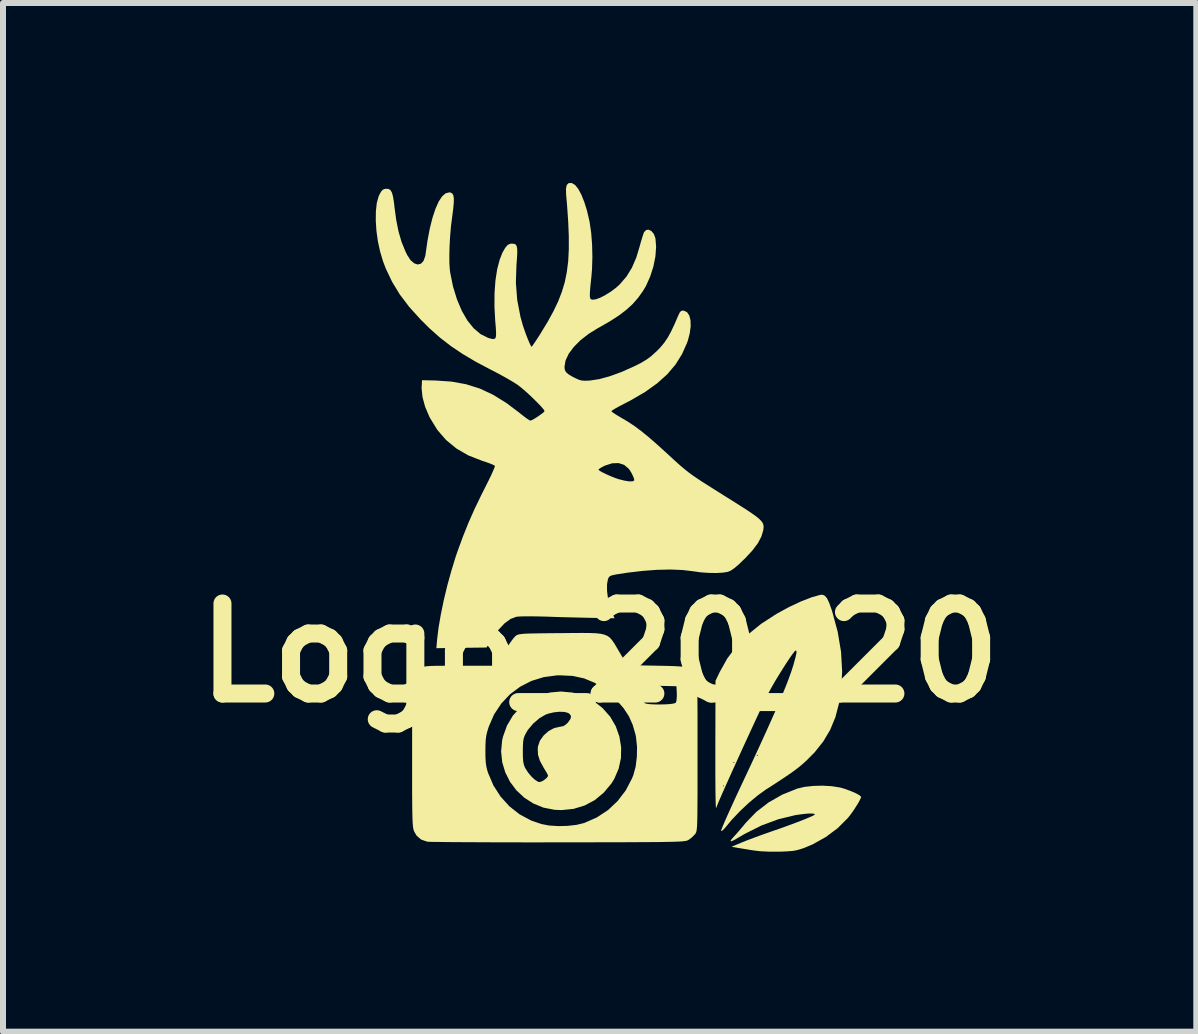
<source format=kicad_pcb>
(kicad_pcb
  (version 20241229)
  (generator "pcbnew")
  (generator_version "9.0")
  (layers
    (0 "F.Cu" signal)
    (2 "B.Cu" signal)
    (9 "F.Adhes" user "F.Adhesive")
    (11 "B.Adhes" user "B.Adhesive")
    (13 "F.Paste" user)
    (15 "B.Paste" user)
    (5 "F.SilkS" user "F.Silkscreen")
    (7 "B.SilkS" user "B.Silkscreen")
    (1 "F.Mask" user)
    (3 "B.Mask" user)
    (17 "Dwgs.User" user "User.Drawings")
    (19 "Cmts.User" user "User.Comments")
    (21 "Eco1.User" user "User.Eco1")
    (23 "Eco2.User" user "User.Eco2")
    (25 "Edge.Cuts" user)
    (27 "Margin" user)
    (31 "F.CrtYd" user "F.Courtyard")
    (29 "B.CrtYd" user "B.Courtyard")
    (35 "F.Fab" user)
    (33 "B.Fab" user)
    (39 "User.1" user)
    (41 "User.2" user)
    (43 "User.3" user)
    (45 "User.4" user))
  (footprint "Logo_20_20"
    (layer "F.Cu")
    (at 6.943 7.829)
    (property "Reference" "Logo_20_20" (at 0 0 0) (layer "F.SilkS") (effects (font (size 1.5 1.5) (thickness 0.3))))
    (attr board_only exclude_from_pos_files exclude_from_bom)
    (fp_poly (pts (xy 3.871 2.223) (xy 4.008 2.245) (xy 4.072 2.263) (xy 4.175 2.3) (xy 4.259 2.336) (xy 4.321 2.368) (xy 4.353 2.394) (xy 4.357 2.403) (xy 4.346 2.434) (xy 4.318 2.488) (xy 4.277 2.555) (xy 4.23 2.628) (xy 4.181 2.696) (xy 4.139 2.75) (xy 3.968 2.921) (xy 3.77 3.069) (xy 3.554 3.19) (xy 3.412 3.25) (xy 3.341 3.274) (xy 3.278 3.291) (xy 3.212 3.302) (xy 3.134 3.308) (xy 3.03 3.313) (xy 2.989 3.314) (xy 2.829 3.314) (xy 2.682 3.307) (xy 2.561 3.293) (xy 2.56 3.293) (xy 2.468 3.278) (xy 2.378 3.263) (xy 2.305 3.251) (xy 2.296 3.249) (xy 2.198 3.232) (xy 2.372 3.159) (xy 2.454 3.126) (xy 2.561 3.086) (xy 2.682 3.041) (xy 2.804 2.998) (xy 2.855 2.98) (xy 3.014 2.925) (xy 3.162 2.871) (xy 3.294 2.822) (xy 3.407 2.778) (xy 3.496 2.741) (xy 3.557 2.714) (xy 3.585 2.696) (xy 3.586 2.695) (xy 3.578 2.683) (xy 3.537 2.678) (xy 3.469 2.679) (xy 3.382 2.688) (xy 3.28 2.702) (xy 3.257 2.706) (xy 2.979 2.773) (xy 2.698 2.877) (xy 2.417 3.018) (xy 2.328 3.07) (xy 2.249 3.116) (xy 2.2 3.139) (xy 2.181 3.139) (xy 2.192 3.115) (xy 2.229 3.072) (xy 2.271 3.026) (xy 2.329 2.96) (xy 2.394 2.883) (xy 2.437 2.831) (xy 2.612 2.65) (xy 2.816 2.493) (xy 3.044 2.363) (xy 3.292 2.263) (xy 3.415 2.234) (xy 3.562 2.218) (xy 3.718 2.214)) (stroke (width 0) (type solid)) (fill yes) (layer "F.SilkS"))
    (fp_poly (pts (xy -0.448 0.663) (xy -0.267 0.715) (xy -0.099 0.804) (xy 0.051 0.923) (xy 0.175 1.064) (xy 0.268 1.223) (xy 0.329 1.395) (xy 0.358 1.573) (xy 0.355 1.754) (xy 0.317 1.93) (xy 0.245 2.098) (xy 0.199 2.174) (xy 0.069 2.33) (xy -0.082 2.455) (xy -0.251 2.545) (xy -0.436 2.601) (xy -0.635 2.621) (xy -0.752 2.616) (xy -0.936 2.58) (xy -1.105 2.511) (xy -1.256 2.414) (xy -1.386 2.293) (xy -1.493 2.151) (xy -1.573 1.992) (xy -1.624 1.822) (xy -1.642 1.643) (xy -1.642 1.641) (xy -1.28 1.641) (xy -1.279 1.74) (xy -1.274 1.809) (xy -1.264 1.861) (xy -1.248 1.905) (xy -1.236 1.928) (xy -1.19 1.999) (xy -1.133 2.066) (xy -1.075 2.119) (xy -1.023 2.15) (xy -1.009 2.154) (xy -0.971 2.146) (xy -0.925 2.12) (xy -0.883 2.086) (xy -0.861 2.054) (xy -0.86 2.047) (xy -0.869 2.024) (xy -0.895 1.977) (xy -0.932 1.917) (xy -0.936 1.909) (xy -0.996 1.799) (xy -1.027 1.7) (xy -1.032 1.601) (xy -1.027 1.556) (xy -0.995 1.463) (xy -0.933 1.377) (xy -0.851 1.304) (xy -0.756 1.253) (xy -0.66 1.232) (xy -0.652 1.231) (xy -0.6 1.22) (xy -0.55 1.184) (xy -0.528 1.161) (xy -0.485 1.1) (xy -0.477 1.054) (xy -0.502 1.017) (xy -0.528 1.001) (xy -0.587 0.985) (xy -0.67 0.982) (xy -0.763 0.992) (xy -0.854 1.013) (xy -0.903 1.031) (xy -1.008 1.093) (xy -1.109 1.181) (xy -1.194 1.282) (xy -1.228 1.338) (xy -1.252 1.387) (xy -1.267 1.432) (xy -1.275 1.485) (xy -1.279 1.557) (xy -1.28 1.641) (xy -1.642 1.641) (xy -1.625 1.46) (xy -1.612 1.401) (xy -1.545 1.214) (xy -1.447 1.048) (xy -1.322 0.908) (xy -1.175 0.794) (xy -1.007 0.711) (xy -0.824 0.661) (xy -0.645 0.645)) (stroke (width 0) (type solid)) (fill yes) (layer "F.SilkS"))
    (fp_poly (pts (xy 3.755 -0.949) (xy 3.789 -0.908) (xy 3.823 -0.838) (xy 3.86 -0.735) (xy 3.875 -0.69) (xy 3.967 -0.35) (xy 4.023 -0.015) (xy 4.041 0.312) (xy 4.028 0.577) (xy 3.99 0.838) (xy 3.929 1.072) (xy 3.842 1.283) (xy 3.727 1.477) (xy 3.581 1.66) (xy 3.448 1.794) (xy 3.392 1.845) (xy 3.334 1.894) (xy 3.27 1.944) (xy 3.195 1.999) (xy 3.103 2.062) (xy 2.99 2.137) (xy 2.852 2.227) (xy 2.774 2.276) (xy 2.635 2.376) (xy 2.487 2.499) (xy 2.34 2.637) (xy 2.205 2.779) (xy 2.115 2.887) (xy 2.073 2.936) (xy 2.04 2.966) (xy 2.023 2.97) (xy 2.022 2.97) (xy 2.028 2.949) (xy 2.049 2.896) (xy 2.083 2.815) (xy 2.129 2.71) (xy 2.186 2.585) (xy 2.251 2.442) (xy 2.323 2.287) (xy 2.376 2.174) (xy 2.524 1.859) (xy 2.593 1.71) (xy 2.618 1.71) (xy 2.628 1.719) (xy 2.638 1.71) (xy 2.628 1.7) (xy 2.618 1.71) (xy 2.593 1.71) (xy 2.655 1.576) (xy 2.77 1.324) (xy 2.871 1.099) (xy 2.959 0.901) (xy 3.033 0.726) (xy 3.097 0.571) (xy 3.149 0.436) (xy 3.192 0.317) (xy 3.226 0.212) (xy 3.243 0.152) (xy 3.267 0.063) (xy 3.279 0.006) (xy 3.28 -0.026) (xy 3.272 -0.038) (xy 3.267 -0.039) (xy 3.248 -0.023) (xy 3.214 0.021) (xy 3.167 0.088) (xy 3.111 0.172) (xy 3.05 0.268) (xy 2.987 0.369) (xy 2.925 0.471) (xy 2.869 0.568) (xy 2.822 0.654) (xy 2.817 0.664) (xy 2.787 0.723) (xy 2.746 0.808) (xy 2.695 0.916) (xy 2.636 1.042) (xy 2.57 1.184) (xy 2.5 1.336) (xy 2.427 1.494) (xy 2.353 1.656) (xy 2.281 1.815) (xy 2.211 1.969) (xy 2.146 2.114) (xy 2.087 2.245) (xy 2.037 2.358) (xy 1.997 2.45) (xy 1.969 2.516) (xy 1.955 2.552) (xy 1.954 2.557) (xy 1.942 2.584) (xy 1.939 2.586) (xy 1.937 2.569) (xy 1.934 2.516) (xy 1.932 2.431) (xy 1.93 2.318) (xy 1.929 2.218) (xy 2.052 2.218) (xy 2.061 2.227) (xy 2.071 2.218) (xy 2.061 2.208) (xy 2.052 2.218) (xy 1.929 2.218) (xy 1.929 2.179) (xy 1.928 2.019) (xy 1.928 1.841) (xy 1.928 1.827) (xy 2.227 1.827) (xy 2.237 1.837) (xy 2.247 1.827) (xy 2.237 1.817) (xy 2.227 1.827) (xy 1.928 1.827) (xy 1.928 1.648) (xy 1.928 1.531) (xy 1.931 0.466) (xy 2.001 0.32) (xy 2.126 0.096) (xy 2.281 -0.111) (xy 2.469 -0.303) (xy 2.69 -0.482) (xy 2.946 -0.648) (xy 3.158 -0.764) (xy 3.357 -0.857) (xy 3.538 -0.927) (xy 3.678 -0.966) (xy 3.719 -0.967)) (stroke (width 0) (type solid)) (fill yes) (layer "F.SilkS"))
    (fp_poly (pts (xy -0.167 -0.33) (xy -0.063 -0.326) (xy 0.019 -0.317) (xy 0.082 -0.302) (xy 0.133 -0.28) (xy 0.174 -0.249) (xy 0.209 -0.208) (xy 0.245 -0.156) (xy 0.283 -0.092) (xy 0.323 -0.023) (xy 0.459 0.205) (xy 0.958 0.215) (xy 1.121 0.218) (xy 1.25 0.222) (xy 1.349 0.228) (xy 1.424 0.236) (xy 1.479 0.247) (xy 1.519 0.263) (xy 1.549 0.284) (xy 1.573 0.312) (xy 1.597 0.346) (xy 1.604 0.359) (xy 1.61 0.376) (xy 1.615 0.4) (xy 1.619 0.435) (xy 1.622 0.483) (xy 1.625 0.547) (xy 1.627 0.629) (xy 1.629 0.734) (xy 1.63 0.863) (xy 1.631 1.02) (xy 1.631 1.207) (xy 1.631 1.427) (xy 1.631 1.683) (xy 1.631 1.938) (xy 1.631 2.157) (xy 1.631 2.343) (xy 1.63 2.499) (xy 1.629 2.627) (xy 1.628 2.73) (xy 1.626 2.812) (xy 1.624 2.875) (xy 1.62 2.923) (xy 1.616 2.957) (xy 1.611 2.981) (xy 1.605 2.998) (xy 1.598 3.011) (xy 1.59 3.022) (xy 1.544 3.07) (xy 1.488 3.114) (xy 1.483 3.116) (xy 1.472 3.123) (xy 1.459 3.128) (xy 1.442 3.133) (xy 1.419 3.137) (xy 1.387 3.141) (xy 1.345 3.144) (xy 1.29 3.147) (xy 1.219 3.149) (xy 1.131 3.151) (xy 1.024 3.153) (xy 0.895 3.154) (xy 0.741 3.155) (xy 0.561 3.156) (xy 0.353 3.157) (xy 0.113 3.157) (xy -0.159 3.158) (xy -0.467 3.158) (xy -0.694 3.158) (xy -0.979 3.159) (xy -1.254 3.159) (xy -1.517 3.158) (xy -1.764 3.158) (xy -1.993 3.157) (xy -2.202 3.156) (xy -2.388 3.155) (xy -2.547 3.154) (xy -2.679 3.152) (xy -2.779 3.151) (xy -2.845 3.149) (xy -2.875 3.147) (xy -2.875 3.147) (xy -2.975 3.112) (xy -3.049 3.049) (xy -3.088 2.983) (xy -3.096 2.965) (xy -3.102 2.944) (xy -3.108 2.917) (xy -3.112 2.881) (xy -3.116 2.834) (xy -3.119 2.771) (xy -3.121 2.691) (xy -3.123 2.589) (xy -3.124 2.464) (xy -3.125 2.311) (xy -3.125 2.128) (xy -3.125 1.912) (xy -3.125 1.68) (xy -3.125 1.631) (xy -1.904 1.631) (xy -1.903 1.743) (xy -1.898 1.827) (xy -1.888 1.896) (xy -1.872 1.962) (xy -1.859 2.003) (xy -1.77 2.211) (xy -1.65 2.397) (xy -1.504 2.558) (xy -1.334 2.692) (xy -1.143 2.794) (xy -0.973 2.853) (xy -0.842 2.878) (xy -0.691 2.888) (xy -0.534 2.884) (xy -0.385 2.867) (xy -0.259 2.836) (xy -0.254 2.835) (xy -0.048 2.744) (xy 0.138 2.622) (xy 0.299 2.471) (xy 0.434 2.294) (xy 0.539 2.094) (xy 0.562 2.037) (xy 0.6 1.897) (xy 0.62 1.735) (xy 0.623 1.567) (xy 0.606 1.406) (xy 0.597 1.36) (xy 0.551 1.2) (xy 0.487 1.057) (xy 0.399 0.923) (xy 0.281 0.787) (xy 0.246 0.751) (xy 0.216 0.725) (xy 0.723 0.725) (xy 0.729 0.787) (xy 0.742 0.83) (xy 0.746 0.836) (xy 0.777 0.848) (xy 0.837 0.856) (xy 0.916 0.86) (xy 1.005 0.861) (xy 1.094 0.859) (xy 1.174 0.854) (xy 1.235 0.845) (xy 1.267 0.833) (xy 1.269 0.832) (xy 1.281 0.795) (xy 1.286 0.73) (xy 1.286 0.681) (xy 1.28 0.557) (xy 1.028 0.551) (xy 0.901 0.551) (xy 0.812 0.554) (xy 0.761 0.563) (xy 0.75 0.568) (xy 0.734 0.601) (xy 0.725 0.658) (xy 0.723 0.725) (xy 0.216 0.725) (xy 0.082 0.607) (xy -0.084 0.499) (xy -0.26 0.426) (xy -0.45 0.385) (xy -0.66 0.375) (xy -0.713 0.376) (xy -0.931 0.405) (xy -1.136 0.468) (xy -1.325 0.565) (xy -1.494 0.691) (xy -1.639 0.845) (xy -1.758 1.025) (xy -1.846 1.226) (xy -1.85 1.237) (xy -1.874 1.315) (xy -1.89 1.384) (xy -1.899 1.457) (xy -1.903 1.547) (xy -1.904 1.631) (xy -3.125 1.631) (xy -3.125 1.431) (xy -3.125 1.218) (xy -3.125 1.037) (xy -3.124 0.887) (xy -3.123 0.763) (xy -3.121 0.664) (xy -3.119 0.585) (xy -3.116 0.523) (xy -3.112 0.477) (xy -3.107 0.442) (xy -3.102 0.416) (xy -3.095 0.395) (xy -3.088 0.377) (xy -3.046 0.31) (xy -2.992 0.259) (xy -2.986 0.254) (xy -2.965 0.243) (xy -2.943 0.235) (xy -2.912 0.228) (xy -2.871 0.223) (xy -2.812 0.219) (xy -2.733 0.217) (xy -2.629 0.216) (xy -2.495 0.215) (xy -2.326 0.215) (xy -2.322 0.215) (xy -1.723 0.215) (xy -1.589 -0.013) (xy -1.535 -0.101) (xy -1.483 -0.18) (xy -1.437 -0.242) (xy -1.404 -0.278) (xy -1.4 -0.281) (xy -1.385 -0.292) (xy -1.366 -0.301) (xy -1.341 -0.308) (xy -1.305 -0.313) (xy -1.255 -0.318) (xy -1.186 -0.321) (xy -1.093 -0.323) (xy -0.974 -0.325) (xy -0.823 -0.327) (xy -0.652 -0.328) (xy -0.457 -0.33) (xy -0.296 -0.331)) (stroke (width 0) (type solid)) (fill yes) (layer "F.SilkS"))
    (fp_poly (pts (xy -0.461 -7.827) (xy -0.409 -7.796) (xy -0.356 -7.73) (xy -0.304 -7.633) (xy -0.255 -7.51) (xy -0.21 -7.365) (xy -0.172 -7.202) (xy -0.166 -7.171) (xy -0.141 -6.999) (xy -0.126 -6.803) (xy -0.121 -6.598) (xy -0.127 -6.398) (xy -0.138 -6.262) (xy -0.152 -6.134) (xy -0.16 -6.039) (xy -0.164 -5.972) (xy -0.162 -5.929) (xy -0.155 -5.903) (xy -0.142 -5.89) (xy -0.122 -5.885) (xy -0.12 -5.884) (xy -0.064 -5.891) (xy 0.012 -5.919) (xy 0.1 -5.965) (xy 0.192 -6.023) (xy 0.279 -6.089) (xy 0.338 -6.143) (xy 0.448 -6.271) (xy 0.537 -6.416) (xy 0.61 -6.585) (xy 0.662 -6.756) (xy 0.687 -6.846) (xy 0.711 -6.926) (xy 0.73 -6.985) (xy 0.741 -7.011) (xy 0.776 -7.047) (xy 0.819 -7.051) (xy 0.864 -7.027) (xy 0.903 -6.98) (xy 0.928 -6.913) (xy 0.93 -6.906) (xy 0.941 -6.764) (xy 0.929 -6.604) (xy 0.895 -6.435) (xy 0.841 -6.268) (xy 0.772 -6.114) (xy 0.722 -6.03) (xy 0.64 -5.915) (xy 0.55 -5.812) (xy 0.446 -5.717) (xy 0.323 -5.623) (xy 0.175 -5.527) (xy -0.004 -5.424) (xy -0.029 -5.411) (xy -0.185 -5.314) (xy -0.321 -5.208) (xy -0.432 -5.096) (xy -0.516 -4.983) (xy -0.568 -4.872) (xy -0.586 -4.767) (xy -0.581 -4.718) (xy -0.562 -4.679) (xy -0.521 -4.642) (xy -0.454 -4.602) (xy -0.412 -4.581) (xy -0.352 -4.553) (xy -0.302 -4.538) (xy -0.246 -4.534) (xy -0.168 -4.537) (xy -0.158 -4.538) (xy -0.007 -4.561) (xy 0.169 -4.609) (xy 0.367 -4.681) (xy 0.579 -4.776) (xy 0.689 -4.831) (xy 0.776 -4.883) (xy 0.852 -4.938) (xy 0.93 -5.008) (xy 0.946 -5.022) (xy 1.016 -5.094) (xy 1.077 -5.168) (xy 1.134 -5.252) (xy 1.189 -5.352) (xy 1.248 -5.477) (xy 1.307 -5.614) (xy 1.333 -5.669) (xy 1.356 -5.696) (xy 1.384 -5.703) (xy 1.401 -5.702) (xy 1.455 -5.678) (xy 1.493 -5.623) (xy 1.514 -5.543) (xy 1.517 -5.442) (xy 1.502 -5.326) (xy 1.469 -5.2) (xy 1.458 -5.169) (xy 1.374 -4.98) (xy 1.265 -4.805) (xy 1.128 -4.643) (xy 0.96 -4.492) (xy 0.759 -4.348) (xy 0.523 -4.21) (xy 0.415 -4.154) (xy 0.332 -4.111) (xy 0.263 -4.073) (xy 0.215 -4.044) (xy 0.196 -4.028) (xy 0.195 -4.027) (xy 0.211 -4.011) (xy 0.254 -3.981) (xy 0.316 -3.943) (xy 0.357 -3.919) (xy 0.469 -3.853) (xy 0.579 -3.78) (xy 0.692 -3.696) (xy 0.815 -3.596) (xy 0.953 -3.476) (xy 1.112 -3.332) (xy 1.123 -3.322) (xy 1.212 -3.24) (xy 1.287 -3.171) (xy 1.354 -3.112) (xy 1.416 -3.06) (xy 1.478 -3.01) (xy 1.545 -2.961) (xy 1.621 -2.909) (xy 1.711 -2.849) (xy 1.82 -2.78) (xy 1.951 -2.697) (xy 2.11 -2.597) (xy 2.145 -2.576) (xy 2.303 -2.476) (xy 2.431 -2.395) (xy 2.531 -2.328) (xy 2.607 -2.274) (xy 2.662 -2.229) (xy 2.699 -2.19) (xy 2.721 -2.156) (xy 2.731 -2.122) (xy 2.732 -2.086) (xy 2.727 -2.046) (xy 2.727 -2.045) (xy 2.696 -1.939) (xy 2.637 -1.827) (xy 2.546 -1.706) (xy 2.422 -1.572) (xy 2.406 -1.558) (xy 2.316 -1.471) (xy 2.245 -1.411) (xy 2.189 -1.372) (xy 2.143 -1.352) (xy 2.139 -1.35) (xy 2.055 -1.336) (xy 1.944 -1.33) (xy 1.817 -1.332) (xy 1.684 -1.341) (xy 1.557 -1.359) (xy 1.551 -1.36) (xy 1.381 -1.38) (xy 1.18 -1.388) (xy 0.956 -1.383) (xy 0.714 -1.365) (xy 0.461 -1.335) (xy 0.28 -1.307) (xy 0.212 -1.293) (xy 0.173 -1.279) (xy 0.151 -1.256) (xy 0.138 -1.226) (xy 0.123 -1.142) (xy 0.123 -1.034) (xy 0.138 -0.912) (xy 0.165 -0.789) (xy 0.205 -0.674) (xy 0.211 -0.66) (xy 0.248 -0.576) (xy -0.106 -0.582) (xy -0.243 -0.585) (xy -0.405 -0.589) (xy -0.578 -0.593) (xy -0.747 -0.598) (xy -0.879 -0.603) (xy -1.009 -0.606) (xy -1.132 -0.608) (xy -1.239 -0.608) (xy -1.323 -0.606) (xy -1.378 -0.602) (xy -1.387 -0.601) (xy -1.484 -0.565) (xy -1.585 -0.491) (xy -1.69 -0.379) (xy -1.797 -0.231) (xy -1.827 -0.183) (xy -1.885 -0.088) (xy -2.303 -0.083) (xy -2.721 -0.077) (xy -2.708 -0.229) (xy -2.684 -0.423) (xy -2.646 -0.643) (xy -2.597 -0.88) (xy -2.538 -1.125) (xy -2.471 -1.367) (xy -2.4 -1.599) (xy -2.368 -1.692) (xy -2.279 -1.935) (xy -2.188 -2.163) (xy -2.088 -2.389) (xy -1.974 -2.626) (xy -1.91 -2.753) (xy -1.857 -2.859) (xy -1.811 -2.953) (xy -1.776 -3.031) (xy -1.767 -3.052) (xy -0.02 -3.052) (xy -0.003 -3.036) (xy 0.041 -3.01) (xy 0.104 -2.979) (xy 0.175 -2.947) (xy 0.247 -2.918) (xy 0.31 -2.896) (xy 0.313 -2.895) (xy 0.41 -2.87) (xy 0.492 -2.857) (xy 0.549 -2.858) (xy 0.576 -2.871) (xy 0.574 -2.899) (xy 0.556 -2.946) (xy 0.528 -3.002) (xy 0.495 -3.054) (xy 0.484 -3.068) (xy 0.408 -3.132) (xy 0.315 -3.162) (xy 0.207 -3.158) (xy 0.089 -3.12) (xy 0.083 -3.117) (xy 0.028 -3.089) (xy -0.009 -3.064) (xy -0.02 -3.052) (xy -1.767 -3.052) (xy -1.753 -3.086) (xy -1.745 -3.113) (xy -1.745 -3.114) (xy -1.766 -3.129) (xy -1.817 -3.151) (xy -1.889 -3.177) (xy -1.959 -3.2) (xy -2.187 -3.289) (xy -2.386 -3.404) (xy -2.559 -3.546) (xy -2.706 -3.716) (xy -2.829 -3.917) (xy -2.839 -3.937) (xy -2.909 -4.102) (xy -2.952 -4.261) (xy -2.967 -4.406) (xy -2.966 -4.432) (xy -2.96 -4.543) (xy -2.735 -4.538) (xy -2.471 -4.52) (xy -2.227 -4.476) (xy -1.997 -4.404) (xy -1.775 -4.3) (xy -1.555 -4.164) (xy -1.358 -4.016) (xy -1.285 -3.958) (xy -1.223 -3.911) (xy -1.177 -3.88) (xy -1.155 -3.869) (xy -1.127 -3.879) (xy -1.08 -3.905) (xy -1.026 -3.94) (xy -0.974 -3.977) (xy -0.934 -4.008) (xy -0.918 -4.028) (xy -0.918 -4.028) (xy -0.932 -4.054) (xy -0.97 -4.099) (xy -1.026 -4.158) (xy -1.094 -4.226) (xy -1.168 -4.297) (xy -1.242 -4.364) (xy -1.312 -4.423) (xy -1.37 -4.468) (xy -1.374 -4.47) (xy -1.441 -4.513) (xy -1.534 -4.568) (xy -1.642 -4.628) (xy -1.754 -4.688) (xy -1.808 -4.715) (xy -2.06 -4.848) (xy -2.281 -4.979) (xy -2.479 -5.112) (xy -2.663 -5.254) (xy -2.838 -5.41) (xy -2.982 -5.553) (xy -3.173 -5.764) (xy -3.33 -5.971) (xy -3.458 -6.181) (xy -3.562 -6.399) (xy -3.611 -6.527) (xy -3.659 -6.689) (xy -3.696 -6.86) (xy -3.72 -7.034) (xy -3.731 -7.202) (xy -3.729 -7.358) (xy -3.714 -7.495) (xy -3.684 -7.604) (xy -3.672 -7.631) (xy -3.64 -7.689) (xy -3.611 -7.719) (xy -3.575 -7.732) (xy -3.562 -7.733) (xy -3.519 -7.731) (xy -3.487 -7.712) (xy -3.462 -7.67) (xy -3.443 -7.601) (xy -3.427 -7.501) (xy -3.42 -7.434) (xy -3.39 -7.212) (xy -3.351 -7.019) (xy -3.301 -6.847) (xy -3.236 -6.688) (xy -3.207 -6.629) (xy -3.151 -6.543) (xy -3.091 -6.491) (xy -3.032 -6.471) (xy -2.978 -6.485) (xy -2.935 -6.531) (xy -2.907 -6.61) (xy -2.902 -6.637) (xy -2.869 -6.868) (xy -2.83 -7.074) (xy -2.785 -7.252) (xy -2.735 -7.402) (xy -2.682 -7.521) (xy -2.625 -7.607) (xy -2.566 -7.658) (xy -2.506 -7.673) (xy -2.481 -7.669) (xy -2.455 -7.653) (xy -2.438 -7.624) (xy -2.43 -7.575) (xy -2.431 -7.503) (xy -2.44 -7.402) (xy -2.457 -7.269) (xy -2.46 -7.246) (xy -2.479 -7.097) (xy -2.492 -6.937) (xy -2.501 -6.776) (xy -2.505 -6.623) (xy -2.504 -6.487) (xy -2.496 -6.376) (xy -2.491 -6.338) (xy -2.443 -6.102) (xy -2.377 -5.888) (xy -2.297 -5.699) (xy -2.204 -5.538) (xy -2.099 -5.408) (xy -1.984 -5.311) (xy -1.86 -5.249) (xy -1.834 -5.241) (xy -1.789 -5.23) (xy -1.757 -5.229) (xy -1.737 -5.244) (xy -1.727 -5.278) (xy -1.726 -5.338) (xy -1.731 -5.427) (xy -1.74 -5.529) (xy -1.753 -5.765) (xy -1.752 -5.991) (xy -1.737 -6.201) (xy -1.708 -6.39) (xy -1.666 -6.552) (xy -1.62 -6.668) (xy -1.575 -6.747) (xy -1.536 -6.794) (xy -1.494 -6.816) (xy -1.465 -6.819) (xy -1.426 -6.816) (xy -1.399 -6.804) (xy -1.382 -6.777) (xy -1.374 -6.731) (xy -1.373 -6.66) (xy -1.379 -6.559) (xy -1.386 -6.471) (xy -1.396 -6.169) (xy -1.374 -5.882) (xy -1.32 -5.601) (xy -1.283 -5.468) (xy -1.259 -5.395) (xy -1.231 -5.316) (xy -1.201 -5.238) (xy -1.173 -5.171) (xy -1.15 -5.122) (xy -1.136 -5.1) (xy -1.135 -5.1) (xy -1.121 -5.115) (xy -1.091 -5.158) (xy -1.048 -5.223) (xy -0.996 -5.303) (xy -0.974 -5.339) (xy -0.863 -5.522) (xy -0.77 -5.692) (xy -0.692 -5.855) (xy -0.63 -6.015) (xy -0.581 -6.177) (xy -0.547 -6.346) (xy -0.524 -6.527) (xy -0.514 -6.724) (xy -0.514 -6.942) (xy -0.524 -7.186) (xy -0.543 -7.46) (xy -0.559 -7.64) (xy -0.561 -7.735) (xy -0.548 -7.797) (xy -0.516 -7.828) (xy -0.467 -7.829)) (stroke (width 0) (type solid)) (fill yes) (layer "F.SilkS")))
  (gr_rect
    (start -3 -3)
    (end 16.886 14.143)
    (stroke (width 0.1) (type default))
    (fill no)
    (layer "Edge.Cuts")))
</source>
